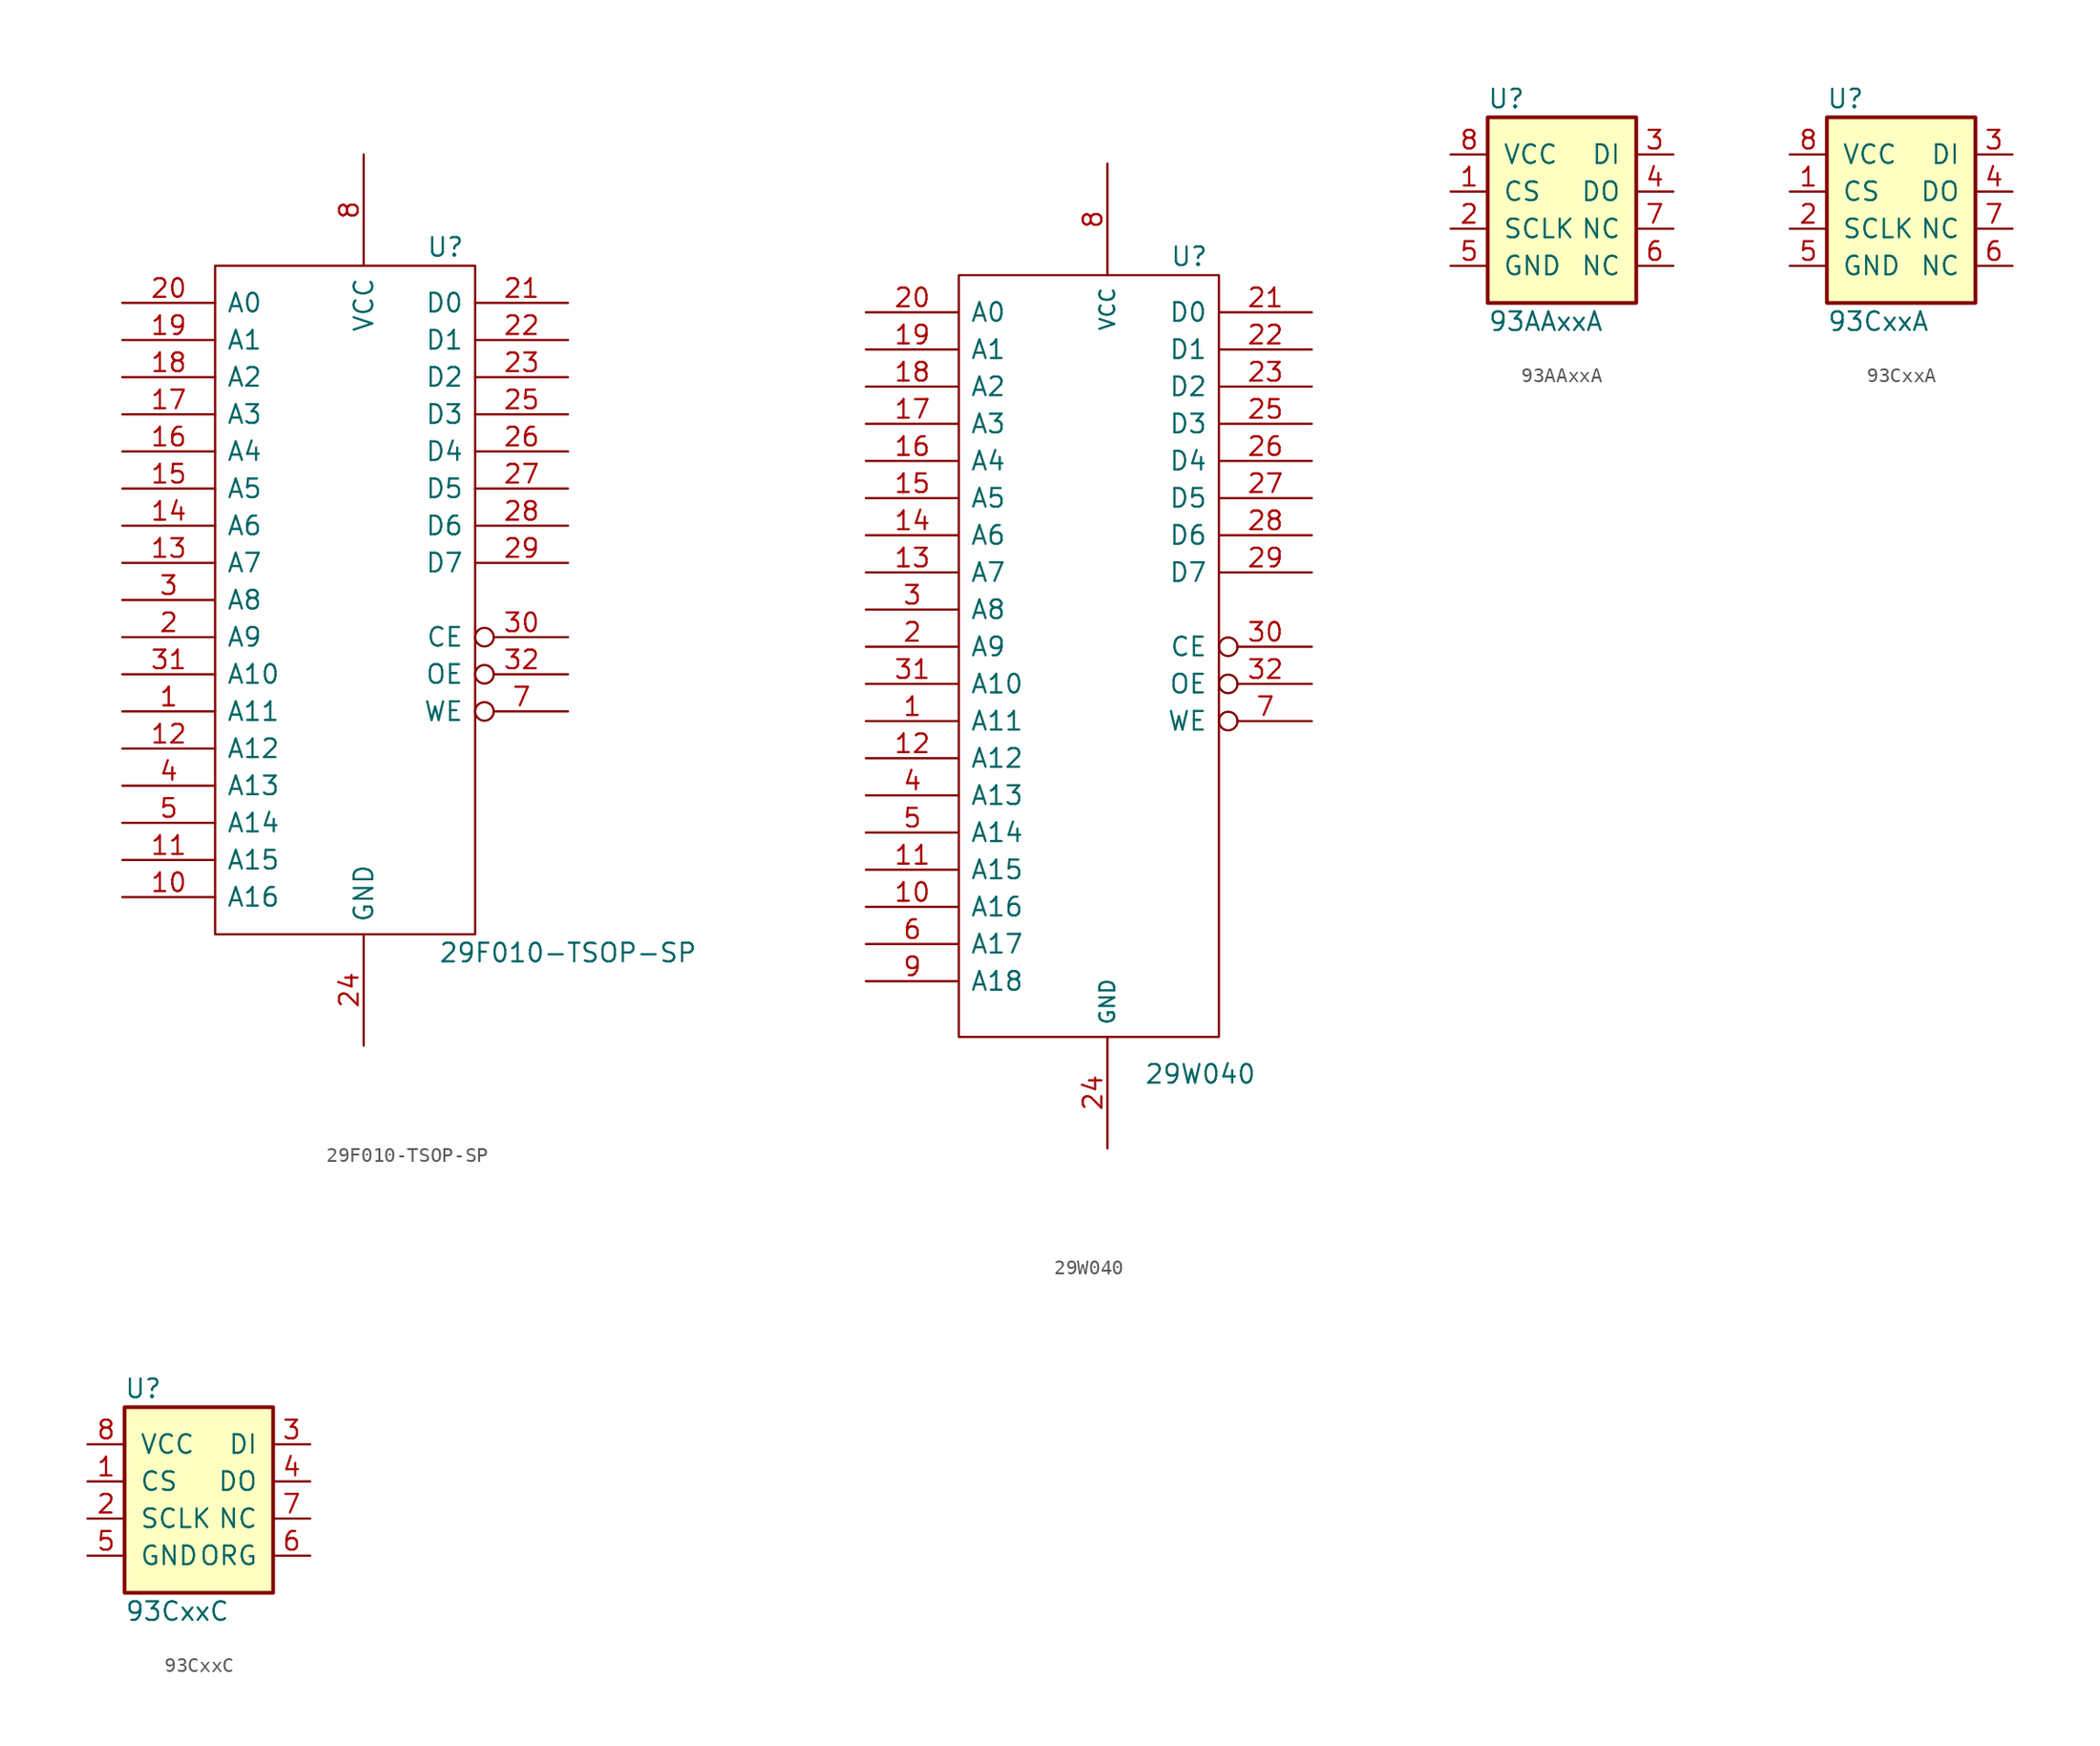
<source format=kicad_sym>
(kicad_symbol_lib
  (version 20231120)
  (generator "kicad_symbol_editor")
  (generator_version "8.0")
  (symbol "29F010-TSOP-SP"
    (pin_names
      (offset 0.762))
    (property "Reference" "U"
      (at 6.858 24.13 0)
      (effects (font (size 1.27 1.27))))
    (property "Value" "29F010-TSOP-SP"
      (at 15.24 -24.13 0)
      (effects (font (size 1.27 1.27))))
    (property "Footprint" ""
      (at 0 0 0)
      (effects (font (size 1.27 1.27))))
    (property "Datasheet" ""
      (at 0 0 0)
      (effects (font (size 1.27 1.27))))
    (symbol "29F010-TSOP-SP_0_1"
      (rectangle (start -8.89 -22.86) (end 8.89 22.86) (stroke (width 0) (type solid)) (fill (type none))))
    (symbol "29F010-TSOP-SP_1_1"
      (pin input line (at -15.24 -7.62 0) (length 6.35) (name "A11" (effects (font (size 1.27 1.27)))) (number "1" (effects (font (size 1.27 1.27)))))
      (pin input line (at -15.24 -20.32 0) (length 6.35) (name "A16" (effects (font (size 1.27 1.27)))) (number "10" (effects (font (size 1.27 1.27)))))
      (pin input line (at -15.24 -17.78 0) (length 6.35) (name "A15" (effects (font (size 1.27 1.27)))) (number "11" (effects (font (size 1.27 1.27)))))
      (pin input line (at -15.24 -10.16 0) (length 6.35) (name "A12" (effects (font (size 1.27 1.27)))) (number "12" (effects (font (size 1.27 1.27)))))
      (pin input line (at -15.24 2.54 0) (length 6.35) (name "A7" (effects (font (size 1.27 1.27)))) (number "13" (effects (font (size 1.27 1.27)))))
      (pin input line (at -15.24 5.08 0) (length 6.35) (name "A6" (effects (font (size 1.27 1.27)))) (number "14" (effects (font (size 1.27 1.27)))))
      (pin input line (at -15.24 7.62 0) (length 6.35) (name "A5" (effects (font (size 1.27 1.27)))) (number "15" (effects (font (size 1.27 1.27)))))
      (pin input line (at -15.24 10.16 0) (length 6.35) (name "A4" (effects (font (size 1.27 1.27)))) (number "16" (effects (font (size 1.27 1.27)))))
      (pin input line (at -15.24 12.7 0) (length 6.35) (name "A3" (effects (font (size 1.27 1.27)))) (number "17" (effects (font (size 1.27 1.27)))))
      (pin input line (at -15.24 15.24 0) (length 6.35) (name "A2" (effects (font (size 1.27 1.27)))) (number "18" (effects (font (size 1.27 1.27)))))
      (pin input line (at -15.24 17.78 0) (length 6.35) (name "A1" (effects (font (size 1.27 1.27)))) (number "19" (effects (font (size 1.27 1.27)))))
      (pin input line (at -15.24 -2.54 0) (length 6.35) (name "A9" (effects (font (size 1.27 1.27)))) (number "2" (effects (font (size 1.27 1.27)))))
      (pin input line (at -15.24 20.32 0) (length 6.35) (name "A0" (effects (font (size 1.27 1.27)))) (number "20" (effects (font (size 1.27 1.27)))))
      (pin tri_state line (at 15.24 20.32 180) (length 6.35) (name "D0" (effects (font (size 1.27 1.27)))) (number "21" (effects (font (size 1.27 1.27)))))
      (pin tri_state line (at 15.24 17.78 180) (length 6.35) (name "D1" (effects (font (size 1.27 1.27)))) (number "22" (effects (font (size 1.27 1.27)))))
      (pin tri_state line (at 15.24 15.24 180) (length 6.35) (name "D2" (effects (font (size 1.27 1.27)))) (number "23" (effects (font (size 1.27 1.27)))))
      (pin input line (at 1.27 -30.48 90) (length 7.62) (name "GND" (effects (font (size 1.27 1.27)))) (number "24" (effects (font (size 1.27 1.27)))))
      (pin tri_state line (at 15.24 12.7 180) (length 6.35) (name "D3" (effects (font (size 1.27 1.27)))) (number "25" (effects (font (size 1.27 1.27)))))
      (pin tri_state line (at 15.24 10.16 180) (length 6.35) (name "D4" (effects (font (size 1.27 1.27)))) (number "26" (effects (font (size 1.27 1.27)))))
      (pin tri_state line (at 15.24 7.62 180) (length 6.35) (name "D5" (effects (font (size 1.27 1.27)))) (number "27" (effects (font (size 1.27 1.27)))))
      (pin tri_state line (at 15.24 5.08 180) (length 6.35) (name "D6" (effects (font (size 1.27 1.27)))) (number "28" (effects (font (size 1.27 1.27)))))
      (pin tri_state line (at 15.24 2.54 180) (length 6.35) (name "D7" (effects (font (size 1.27 1.27)))) (number "29" (effects (font (size 1.27 1.27)))))
      (pin input line (at -15.24 0 0) (length 6.35) (name "A8" (effects (font (size 1.27 1.27)))) (number "3" (effects (font (size 1.27 1.27)))))
      (pin input inverted (at 15.24 -2.54 180) (length 6.35) (name "CE" (effects (font (size 1.27 1.27)))) (number "30" (effects (font (size 1.27 1.27)))))
      (pin input line (at -15.24 -5.08 0) (length 6.35) (name "A10" (effects (font (size 1.27 1.27)))) (number "31" (effects (font (size 1.27 1.27)))))
      (pin input inverted (at 15.24 -5.08 180) (length 6.35) (name "OE" (effects (font (size 1.27 1.27)))) (number "32" (effects (font (size 1.27 1.27)))))
      (pin input line (at -15.24 -12.7 0) (length 6.35) (name "A13" (effects (font (size 1.27 1.27)))) (number "4" (effects (font (size 1.27 1.27)))))
      (pin input line (at -15.24 -15.24 0) (length 6.35) (name "A14" (effects (font (size 1.27 1.27)))) (number "5" (effects (font (size 1.27 1.27)))))
      (pin input inverted (at 15.24 -7.62 180) (length 6.35) (name "WE" (effects (font (size 1.27 1.27)))) (number "7" (effects (font (size 1.27 1.27)))))
      (pin input line (at 1.27 30.48 270) (length 7.62) (name "VCC" (effects (font (size 1.27 1.27)))) (number "8" (effects (font (size 1.27 1.27)))))))
  (symbol "29W040"
    (pin_names
      (offset 0.762))
    (property "Reference" "U"
      (at 6.858 24.13 0)
      (effects (font (size 1.27 1.27))))
    (property "Value" "29W040"
      (at 7.62 -31.75 0)
      (effects (font (size 1.27 1.27))))
    (property "Footprint" ""
      (at 0 0 0)
      (effects (font (size 1.27 1.27))))
    (property "Datasheet" ""
      (at 0 0 0)
      (effects (font (size 1.27 1.27))))
    (symbol "29W040_0_1"
      (rectangle (start -8.89 22.86) (end 8.89 -29.21) (stroke (width 0) (type solid)) (fill (type none))))
    (symbol "29W040_1_1"
      (pin input line (at -15.24 -7.62 0) (length 6.35) (name "A11" (effects (font (size 1.27 1.27)))) (number "1" (effects (font (size 1.27 1.27)))))
      (pin input line (at -15.24 -20.32 0) (length 6.35) (name "A16" (effects (font (size 1.27 1.27)))) (number "10" (effects (font (size 1.27 1.27)))))
      (pin input line (at -15.24 -17.78 0) (length 6.35) (name "A15" (effects (font (size 1.27 1.27)))) (number "11" (effects (font (size 1.27 1.27)))))
      (pin input line (at -15.24 -10.16 0) (length 6.35) (name "A12" (effects (font (size 1.27 1.27)))) (number "12" (effects (font (size 1.27 1.27)))))
      (pin input line (at -15.24 2.54 0) (length 6.35) (name "A7" (effects (font (size 1.27 1.27)))) (number "13" (effects (font (size 1.27 1.27)))))
      (pin input line (at -15.24 5.08 0) (length 6.35) (name "A6" (effects (font (size 1.27 1.27)))) (number "14" (effects (font (size 1.27 1.27)))))
      (pin input line (at -15.24 7.62 0) (length 6.35) (name "A5" (effects (font (size 1.27 1.27)))) (number "15" (effects (font (size 1.27 1.27)))))
      (pin input line (at -15.24 10.16 0) (length 6.35) (name "A4" (effects (font (size 1.27 1.27)))) (number "16" (effects (font (size 1.27 1.27)))))
      (pin input line (at -15.24 12.7 0) (length 6.35) (name "A3" (effects (font (size 1.27 1.27)))) (number "17" (effects (font (size 1.27 1.27)))))
      (pin input line (at -15.24 15.24 0) (length 6.35) (name "A2" (effects (font (size 1.27 1.27)))) (number "18" (effects (font (size 1.27 1.27)))))
      (pin input line (at -15.24 17.78 0) (length 6.35) (name "A1" (effects (font (size 1.27 1.27)))) (number "19" (effects (font (size 1.27 1.27)))))
      (pin input line (at -15.24 -2.54 0) (length 6.35) (name "A9" (effects (font (size 1.27 1.27)))) (number "2" (effects (font (size 1.27 1.27)))))
      (pin input line (at -15.24 20.32 0) (length 6.35) (name "A0" (effects (font (size 1.27 1.27)))) (number "20" (effects (font (size 1.27 1.27)))))
      (pin tri_state line (at 15.24 20.32 180) (length 6.35) (name "D0" (effects (font (size 1.27 1.27)))) (number "21" (effects (font (size 1.27 1.27)))))
      (pin tri_state line (at 15.24 17.78 180) (length 6.35) (name "D1" (effects (font (size 1.27 1.27)))) (number "22" (effects (font (size 1.27 1.27)))))
      (pin tri_state line (at 15.24 15.24 180) (length 6.35) (name "D2" (effects (font (size 1.27 1.27)))) (number "23" (effects (font (size 1.27 1.27)))))
      (pin power_in line (at 1.27 -36.83 90) (length 7.62) (name "GND" (effects (font (size 1.016 1.016)))) (number "24" (effects (font (size 1.27 1.27)))))
      (pin tri_state line (at 15.24 12.7 180) (length 6.35) (name "D3" (effects (font (size 1.27 1.27)))) (number "25" (effects (font (size 1.27 1.27)))))
      (pin tri_state line (at 15.24 10.16 180) (length 6.35) (name "D4" (effects (font (size 1.27 1.27)))) (number "26" (effects (font (size 1.27 1.27)))))
      (pin tri_state line (at 15.24 7.62 180) (length 6.35) (name "D5" (effects (font (size 1.27 1.27)))) (number "27" (effects (font (size 1.27 1.27)))))
      (pin tri_state line (at 15.24 5.08 180) (length 6.35) (name "D6" (effects (font (size 1.27 1.27)))) (number "28" (effects (font (size 1.27 1.27)))))
      (pin tri_state line (at 15.24 2.54 180) (length 6.35) (name "D7" (effects (font (size 1.27 1.27)))) (number "29" (effects (font (size 1.27 1.27)))))
      (pin input line (at -15.24 0 0) (length 6.35) (name "A8" (effects (font (size 1.27 1.27)))) (number "3" (effects (font (size 1.27 1.27)))))
      (pin input inverted (at 15.24 -2.54 180) (length 6.35) (name "CE" (effects (font (size 1.27 1.27)))) (number "30" (effects (font (size 1.27 1.27)))))
      (pin input line (at -15.24 -5.08 0) (length 6.35) (name "A10" (effects (font (size 1.27 1.27)))) (number "31" (effects (font (size 1.27 1.27)))))
      (pin input inverted (at 15.24 -5.08 180) (length 6.35) (name "OE" (effects (font (size 1.27 1.27)))) (number "32" (effects (font (size 1.27 1.27)))))
      (pin input line (at -15.24 -12.7 0) (length 6.35) (name "A13" (effects (font (size 1.27 1.27)))) (number "4" (effects (font (size 1.27 1.27)))))
      (pin input line (at -15.24 -15.24 0) (length 6.35) (name "A14" (effects (font (size 1.27 1.27)))) (number "5" (effects (font (size 1.27 1.27)))))
      (pin input line (at -15.24 -22.86 0) (length 6.35) (name "A17" (effects (font (size 1.27 1.27)))) (number "6" (effects (font (size 1.27 1.27)))))
      (pin input inverted (at 15.24 -7.62 180) (length 6.35) (name "WE" (effects (font (size 1.27 1.27)))) (number "7" (effects (font (size 1.27 1.27)))))
      (pin power_in line (at 1.27 30.48 270) (length 7.62) (name "VCC" (effects (font (size 1.016 1.016)))) (number "8" (effects (font (size 1.27 1.27)))))
      (pin input line (at -15.24 -25.4 0) (length 6.35) (name "A18" (effects (font (size 1.27 1.27)))) (number "9" (effects (font (size 1.27 1.27)))))))
  (symbol "93AAxxA"
    (pin_names
      (offset 1.016))
    (property "Reference" "U"
      (at -3.81 8.89 0)
      (effects (font (size 1.27 1.27))))
    (property "Value" "93AAxxA"
      (at -5.08 -6.35 0)
      (effects (font (size 1.27 1.27)) (justify left)))
    (property "Footprint" ""
      (at -2.54 0 0)
      (effects (font (size 1.27 1.27))))
    (property "Datasheet" ""
      (at 0 2.54 0)
      (effects (font (size 1.27 1.27))))
    (symbol "93AAxxA_0_1"
      (rectangle (start -5.08 -5.08) (end 5.08 7.62) (stroke (width 0.254) (type solid)) (fill (type background))))
    (symbol "93AAxxA_1_1"
      (pin input line (at -7.62 2.54 0) (length 2.54) (name "CS" (effects (font (size 1.27 1.27)))) (number "1" (effects (font (size 1.27 1.27)))))
      (pin input line (at -7.62 0 0) (length 2.54) (name "SCLK" (effects (font (size 1.27 1.27)))) (number "2" (effects (font (size 1.27 1.27)))))
      (pin input line (at 7.62 5.08 180) (length 2.54) (name "DI" (effects (font (size 1.27 1.27)))) (number "3" (effects (font (size 1.27 1.27)))))
      (pin tri_state line (at 7.62 2.54 180) (length 2.54) (name "DO" (effects (font (size 1.27 1.27)))) (number "4" (effects (font (size 1.27 1.27)))))
      (pin power_in line (at -7.62 -2.54 0) (length 2.54) (name "GND" (effects (font (size 1.27 1.27)))) (number "5" (effects (font (size 1.27 1.27)))))
      (pin input line (at 7.62 -2.54 180) (length 2.54) (name "NC" (effects (font (size 1.27 1.27)))) (number "6" (effects (font (size 1.27 1.27)))))
      (pin input line (at 7.62 0 180) (length 2.54) (name "NC" (effects (font (size 1.27 1.27)))) (number "7" (effects (font (size 1.27 1.27)))))
      (pin power_in line (at -7.62 5.08 0) (length 2.54) (name "VCC" (effects (font (size 1.27 1.27)))) (number "8" (effects (font (size 1.27 1.27)))))))
  (symbol "93CxxA"
    (pin_names
      (offset 1.016))
    (property "Reference" "U"
      (at -3.81 8.89 0)
      (effects (font (size 1.27 1.27))))
    (property "Value" "93CxxA"
      (at -5.08 -6.35 0)
      (effects (font (size 1.27 1.27)) (justify left)))
    (property "Footprint" ""
      (at -2.54 0 0)
      (effects (font (size 1.27 1.27))))
    (property "Datasheet" ""
      (at 0 2.54 0)
      (effects (font (size 1.27 1.27))))
    (symbol "93CxxA_0_1"
      (rectangle (start -5.08 -5.08) (end 5.08 7.62) (stroke (width 0.254) (type solid)) (fill (type background))))
    (symbol "93CxxA_1_1"
      (pin input line (at -7.62 2.54 0) (length 2.54) (name "CS" (effects (font (size 1.27 1.27)))) (number "1" (effects (font (size 1.27 1.27)))))
      (pin input line (at -7.62 0 0) (length 2.54) (name "SCLK" (effects (font (size 1.27 1.27)))) (number "2" (effects (font (size 1.27 1.27)))))
      (pin input line (at 7.62 5.08 180) (length 2.54) (name "DI" (effects (font (size 1.27 1.27)))) (number "3" (effects (font (size 1.27 1.27)))))
      (pin tri_state line (at 7.62 2.54 180) (length 2.54) (name "DO" (effects (font (size 1.27 1.27)))) (number "4" (effects (font (size 1.27 1.27)))))
      (pin power_in line (at -7.62 -2.54 0) (length 2.54) (name "GND" (effects (font (size 1.27 1.27)))) (number "5" (effects (font (size 1.27 1.27)))))
      (pin input line (at 7.62 -2.54 180) (length 2.54) (name "NC" (effects (font (size 1.27 1.27)))) (number "6" (effects (font (size 1.27 1.27)))))
      (pin input line (at 7.62 0 180) (length 2.54) (name "NC" (effects (font (size 1.27 1.27)))) (number "7" (effects (font (size 1.27 1.27)))))
      (pin power_in line (at -7.62 5.08 0) (length 2.54) (name "VCC" (effects (font (size 1.27 1.27)))) (number "8" (effects (font (size 1.27 1.27)))))))
  (symbol "93CxxC"
    (pin_names
      (offset 1.016))
    (property "Reference" "U"
      (at -3.81 8.89 0)
      (effects (font (size 1.27 1.27))))
    (property "Value" "93CxxC"
      (at -5.08 -6.35 0)
      (effects (font (size 1.27 1.27)) (justify left)))
    (property "Footprint" ""
      (at -2.54 0 0)
      (effects (font (size 1.27 1.27))))
    (property "Datasheet" ""
      (at 0 2.54 0)
      (effects (font (size 1.27 1.27))))
    (symbol "93CxxC_0_1"
      (rectangle (start -5.08 -5.08) (end 5.08 7.62) (stroke (width 0.254) (type solid)) (fill (type background))))
    (symbol "93CxxC_1_1"
      (pin input line (at -7.62 2.54 0) (length 2.54) (name "CS" (effects (font (size 1.27 1.27)))) (number "1" (effects (font (size 1.27 1.27)))))
      (pin input line (at -7.62 0 0) (length 2.54) (name "SCLK" (effects (font (size 1.27 1.27)))) (number "2" (effects (font (size 1.27 1.27)))))
      (pin input line (at 7.62 5.08 180) (length 2.54) (name "DI" (effects (font (size 1.27 1.27)))) (number "3" (effects (font (size 1.27 1.27)))))
      (pin tri_state line (at 7.62 2.54 180) (length 2.54) (name "DO" (effects (font (size 1.27 1.27)))) (number "4" (effects (font (size 1.27 1.27)))))
      (pin power_in line (at -7.62 -2.54 0) (length 2.54) (name "GND" (effects (font (size 1.27 1.27)))) (number "5" (effects (font (size 1.27 1.27)))))
      (pin input line (at 7.62 -2.54 180) (length 2.54) (name "ORG" (effects (font (size 1.27 1.27)))) (number "6" (effects (font (size 1.27 1.27)))))
      (pin input line (at 7.62 0 180) (length 2.54) (name "NC" (effects (font (size 1.27 1.27)))) (number "7" (effects (font (size 1.27 1.27)))))
      (pin power_in line (at -7.62 5.08 0) (length 2.54) (name "VCC" (effects (font (size 1.27 1.27)))) (number "8" (effects (font (size 1.27 1.27))))))))
</source>
